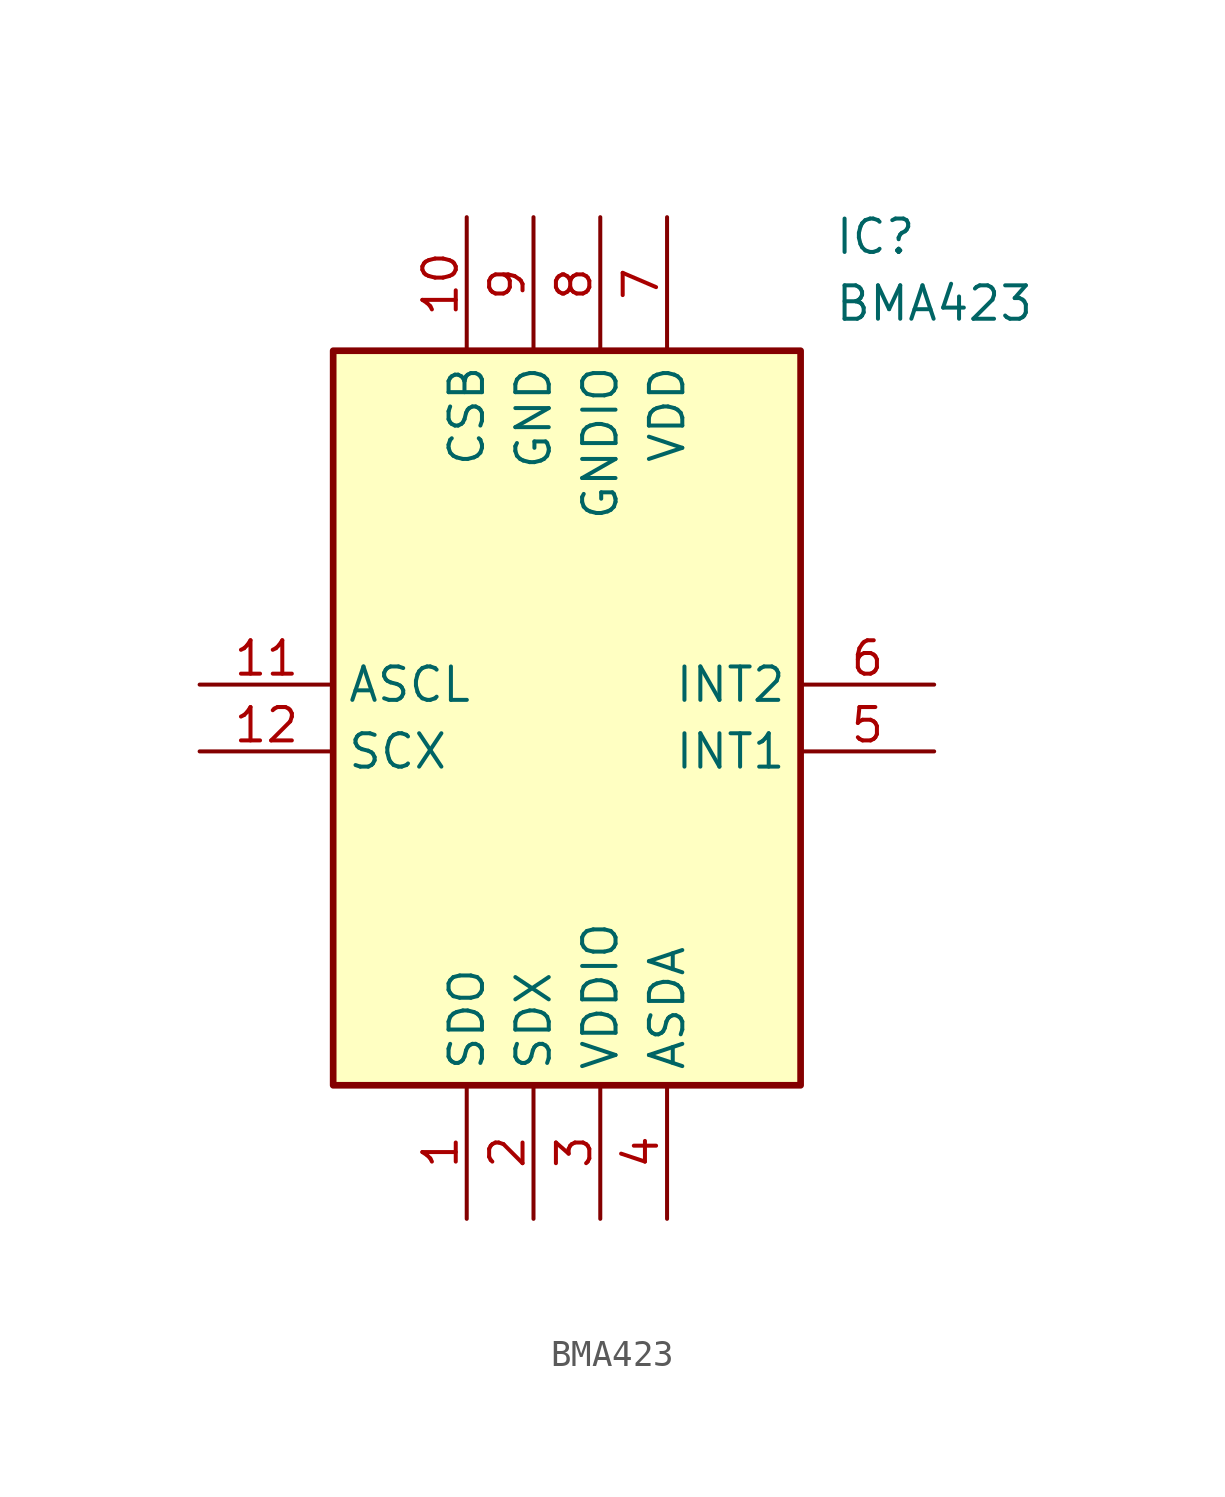
<source format=kicad_sym>
(kicad_symbol_lib
  (version 20211014)
  (generator SamacSys_ECAD_Model)
  (symbol "BMA423"
    (property "Reference" "IC"
      (at 24.13 17.78 0)
      (effects (font (size 1.27 1.27)) (justify left top)))
    (property "Value" "BMA423"
      (at 24.13 15.24 0)
      (effects (font (size 1.27 1.27)) (justify left top)))
    (rectangle
      (start 5.08 12.7)
      (end 22.86 -15.24)
      (stroke (width 0.254) (type default))
      (fill (type background)))
    (pin passive line
      (at 10.16 -20.32 90)
      (length 5.08)
      (name "SDO" (effects (font (size 1.27 1.27))))
      (number "1" (effects (font (size 1.27 1.27)))))
    (pin passive line
      (at 12.7 -20.32 90)
      (length 5.08)
      (name "SDX" (effects (font (size 1.27 1.27))))
      (number "2" (effects (font (size 1.27 1.27)))))
    (pin passive line
      (at 15.24 -20.32 90)
      (length 5.08)
      (name "VDDIO" (effects (font (size 1.27 1.27))))
      (number "3" (effects (font (size 1.27 1.27)))))
    (pin passive line
      (at 17.78 -20.32 90)
      (length 5.08)
      (name "ASDA" (effects (font (size 1.27 1.27))))
      (number "4" (effects (font (size 1.27 1.27)))))
    (pin passive line
      (at 27.94 -2.54 180)
      (length 5.08)
      (name "INT1" (effects (font (size 1.27 1.27))))
      (number "5" (effects (font (size 1.27 1.27)))))
    (pin passive line
      (at 27.94 0 180)
      (length 5.08)
      (name "INT2" (effects (font (size 1.27 1.27))))
      (number "6" (effects (font (size 1.27 1.27)))))
    (pin passive line
      (at 17.78 17.78 270)
      (length 5.08)
      (name "VDD" (effects (font (size 1.27 1.27))))
      (number "7" (effects (font (size 1.27 1.27)))))
    (pin passive line
      (at 15.24 17.78 270)
      (length 5.08)
      (name "GNDIO" (effects (font (size 1.27 1.27))))
      (number "8" (effects (font (size 1.27 1.27)))))
    (pin passive line
      (at 12.7 17.78 270)
      (length 5.08)
      (name "GND" (effects (font (size 1.27 1.27))))
      (number "9" (effects (font (size 1.27 1.27)))))
    (pin passive line
      (at 10.16 17.78 270)
      (length 5.08)
      (name "CSB" (effects (font (size 1.27 1.27))))
      (number "10" (effects (font (size 1.27 1.27)))))
    (pin passive line
      (at 0 0 0)
      (length 5.08)
      (name "ASCL" (effects (font (size 1.27 1.27))))
      (number "11" (effects (font (size 1.27 1.27)))))
    (pin passive line
      (at 0 -2.54 0)
      (length 5.08)
      (name "SCX" (effects (font (size 1.27 1.27))))
      (number "12" (effects (font (size 1.27 1.27)))))))
</source>
